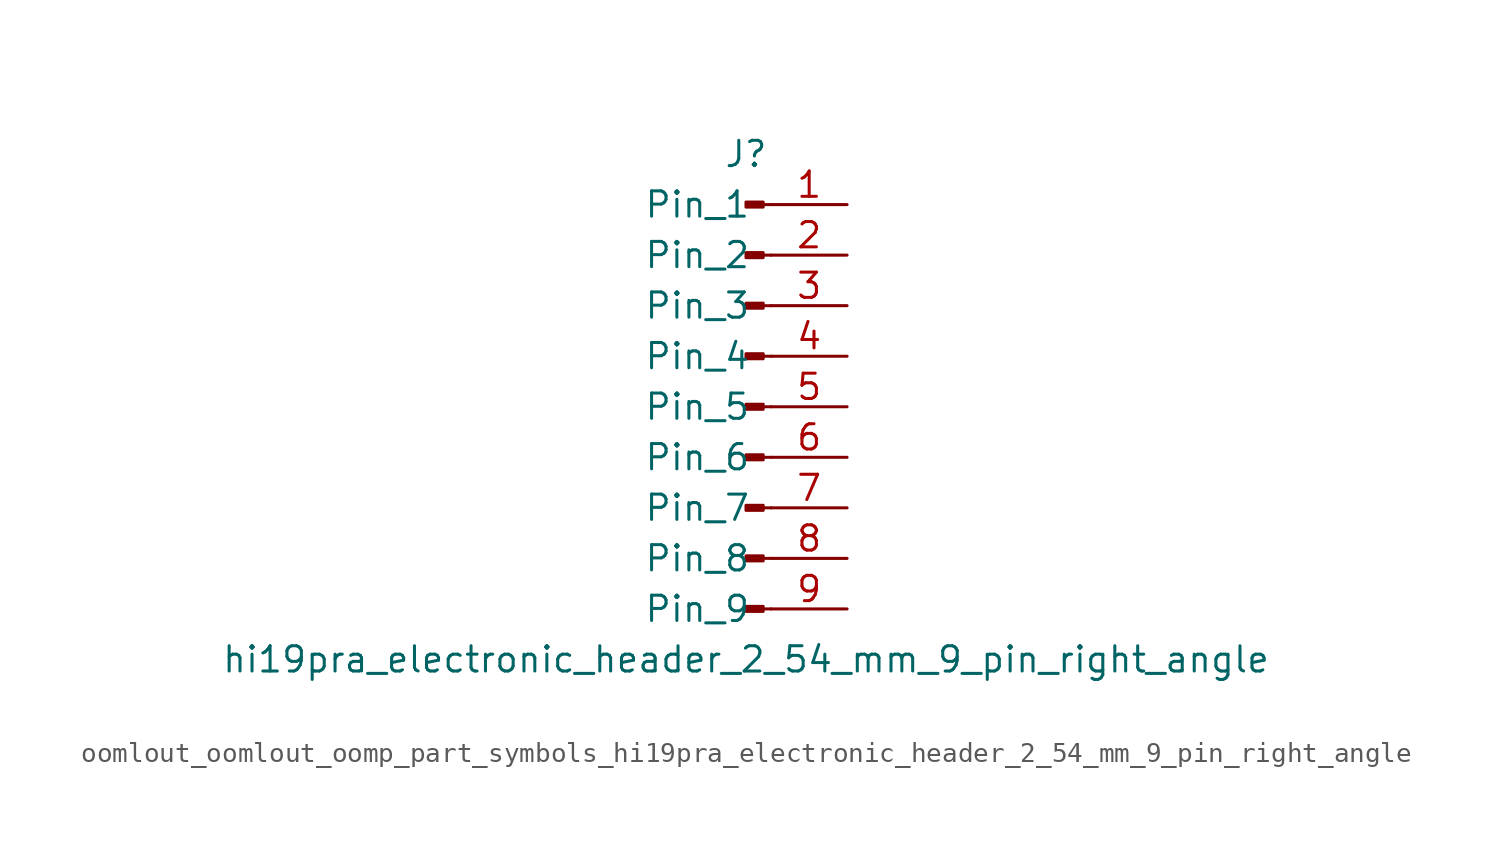
<source format=kicad_sym>
(kicad_symbol_lib
  (version 20220914)
  (generator kicad_symbol_editor)
  (symbol "oomlout_oomlout_oomp_part_symbols_hi19pra_electronic_header_2_54_mm_9_pin_right_angle"
    (pin_names
      (offset 1.016))
    (property "Reference" "J"
      (at 0 12.7 0)
      (effects (font (size 1.27 1.27))))
    (property "Value" "hi19pra_electronic_header_2_54_mm_9_pin_right_angle"
      (at 0 -12.7 0)
      (effects (font (size 1.27 1.27))))
    (property "ki_locked" ""
      (at 0 0 0)
      (effects (font (size 1.27 1.27))))
    (symbol "oomlout_oomlout_oomp_part_symbols_hi19pra_electronic_header_2_54_mm_9_pin_right_angle_1_1"
      (polyline (pts (xy 1.27 -10.16) (xy 0.864 -10.16)) (stroke (width 0.152) (type default)) (fill (type none)))
      (polyline (pts (xy 1.27 -7.62) (xy 0.864 -7.62)) (stroke (width 0.152) (type default)) (fill (type none)))
      (polyline (pts (xy 1.27 -5.08) (xy 0.864 -5.08)) (stroke (width 0.152) (type default)) (fill (type none)))
      (polyline (pts (xy 1.27 -2.54) (xy 0.864 -2.54)) (stroke (width 0.152) (type default)) (fill (type none)))
      (polyline (pts (xy 1.27 0) (xy 0.864 0)) (stroke (width 0.152) (type default)) (fill (type none)))
      (polyline (pts (xy 1.27 2.54) (xy 0.864 2.54)) (stroke (width 0.152) (type default)) (fill (type none)))
      (polyline (pts (xy 1.27 5.08) (xy 0.864 5.08)) (stroke (width 0.152) (type default)) (fill (type none)))
      (polyline (pts (xy 1.27 7.62) (xy 0.864 7.62)) (stroke (width 0.152) (type default)) (fill (type none)))
      (polyline (pts (xy 1.27 10.16) (xy 0.864 10.16)) (stroke (width 0.152) (type default)) (fill (type none)))
      (rectangle (start 0.864 -10.033) (end 0 -10.287) (stroke (width 0.152) (type default)) (fill (type outline)))
      (rectangle (start 0.864 -7.493) (end 0 -7.747) (stroke (width 0.152) (type default)) (fill (type outline)))
      (rectangle (start 0.864 -4.953) (end 0 -5.207) (stroke (width 0.152) (type default)) (fill (type outline)))
      (rectangle (start 0.864 -2.413) (end 0 -2.667) (stroke (width 0.152) (type default)) (fill (type outline)))
      (rectangle (start 0.864 0.127) (end 0 -0.127) (stroke (width 0.152) (type default)) (fill (type outline)))
      (rectangle (start 0.864 2.667) (end 0 2.413) (stroke (width 0.152) (type default)) (fill (type outline)))
      (rectangle (start 0.864 5.207) (end 0 4.953) (stroke (width 0.152) (type default)) (fill (type outline)))
      (rectangle (start 0.864 7.747) (end 0 7.493) (stroke (width 0.152) (type default)) (fill (type outline)))
      (rectangle (start 0.864 10.287) (end 0 10.033) (stroke (width 0.152) (type default)) (fill (type outline)))
      (pin passive line (at 5.08 10.16 180) (length 3.81) (name "Pin_1" (effects (font (size 1.27 1.27)))) (number "1" (effects (font (size 1.27 1.27)))))
      (pin passive line (at 5.08 7.62 180) (length 3.81) (name "Pin_2" (effects (font (size 1.27 1.27)))) (number "2" (effects (font (size 1.27 1.27)))))
      (pin passive line (at 5.08 5.08 180) (length 3.81) (name "Pin_3" (effects (font (size 1.27 1.27)))) (number "3" (effects (font (size 1.27 1.27)))))
      (pin passive line (at 5.08 2.54 180) (length 3.81) (name "Pin_4" (effects (font (size 1.27 1.27)))) (number "4" (effects (font (size 1.27 1.27)))))
      (pin passive line (at 5.08 0 180) (length 3.81) (name "Pin_5" (effects (font (size 1.27 1.27)))) (number "5" (effects (font (size 1.27 1.27)))))
      (pin passive line (at 5.08 -2.54 180) (length 3.81) (name "Pin_6" (effects (font (size 1.27 1.27)))) (number "6" (effects (font (size 1.27 1.27)))))
      (pin passive line (at 5.08 -5.08 180) (length 3.81) (name "Pin_7" (effects (font (size 1.27 1.27)))) (number "7" (effects (font (size 1.27 1.27)))))
      (pin passive line (at 5.08 -7.62 180) (length 3.81) (name "Pin_8" (effects (font (size 1.27 1.27)))) (number "8" (effects (font (size 1.27 1.27)))))
      (pin passive line (at 5.08 -10.16 180) (length 3.81) (name "Pin_9" (effects (font (size 1.27 1.27)))) (number "9" (effects (font (size 1.27 1.27))))))))
</source>
